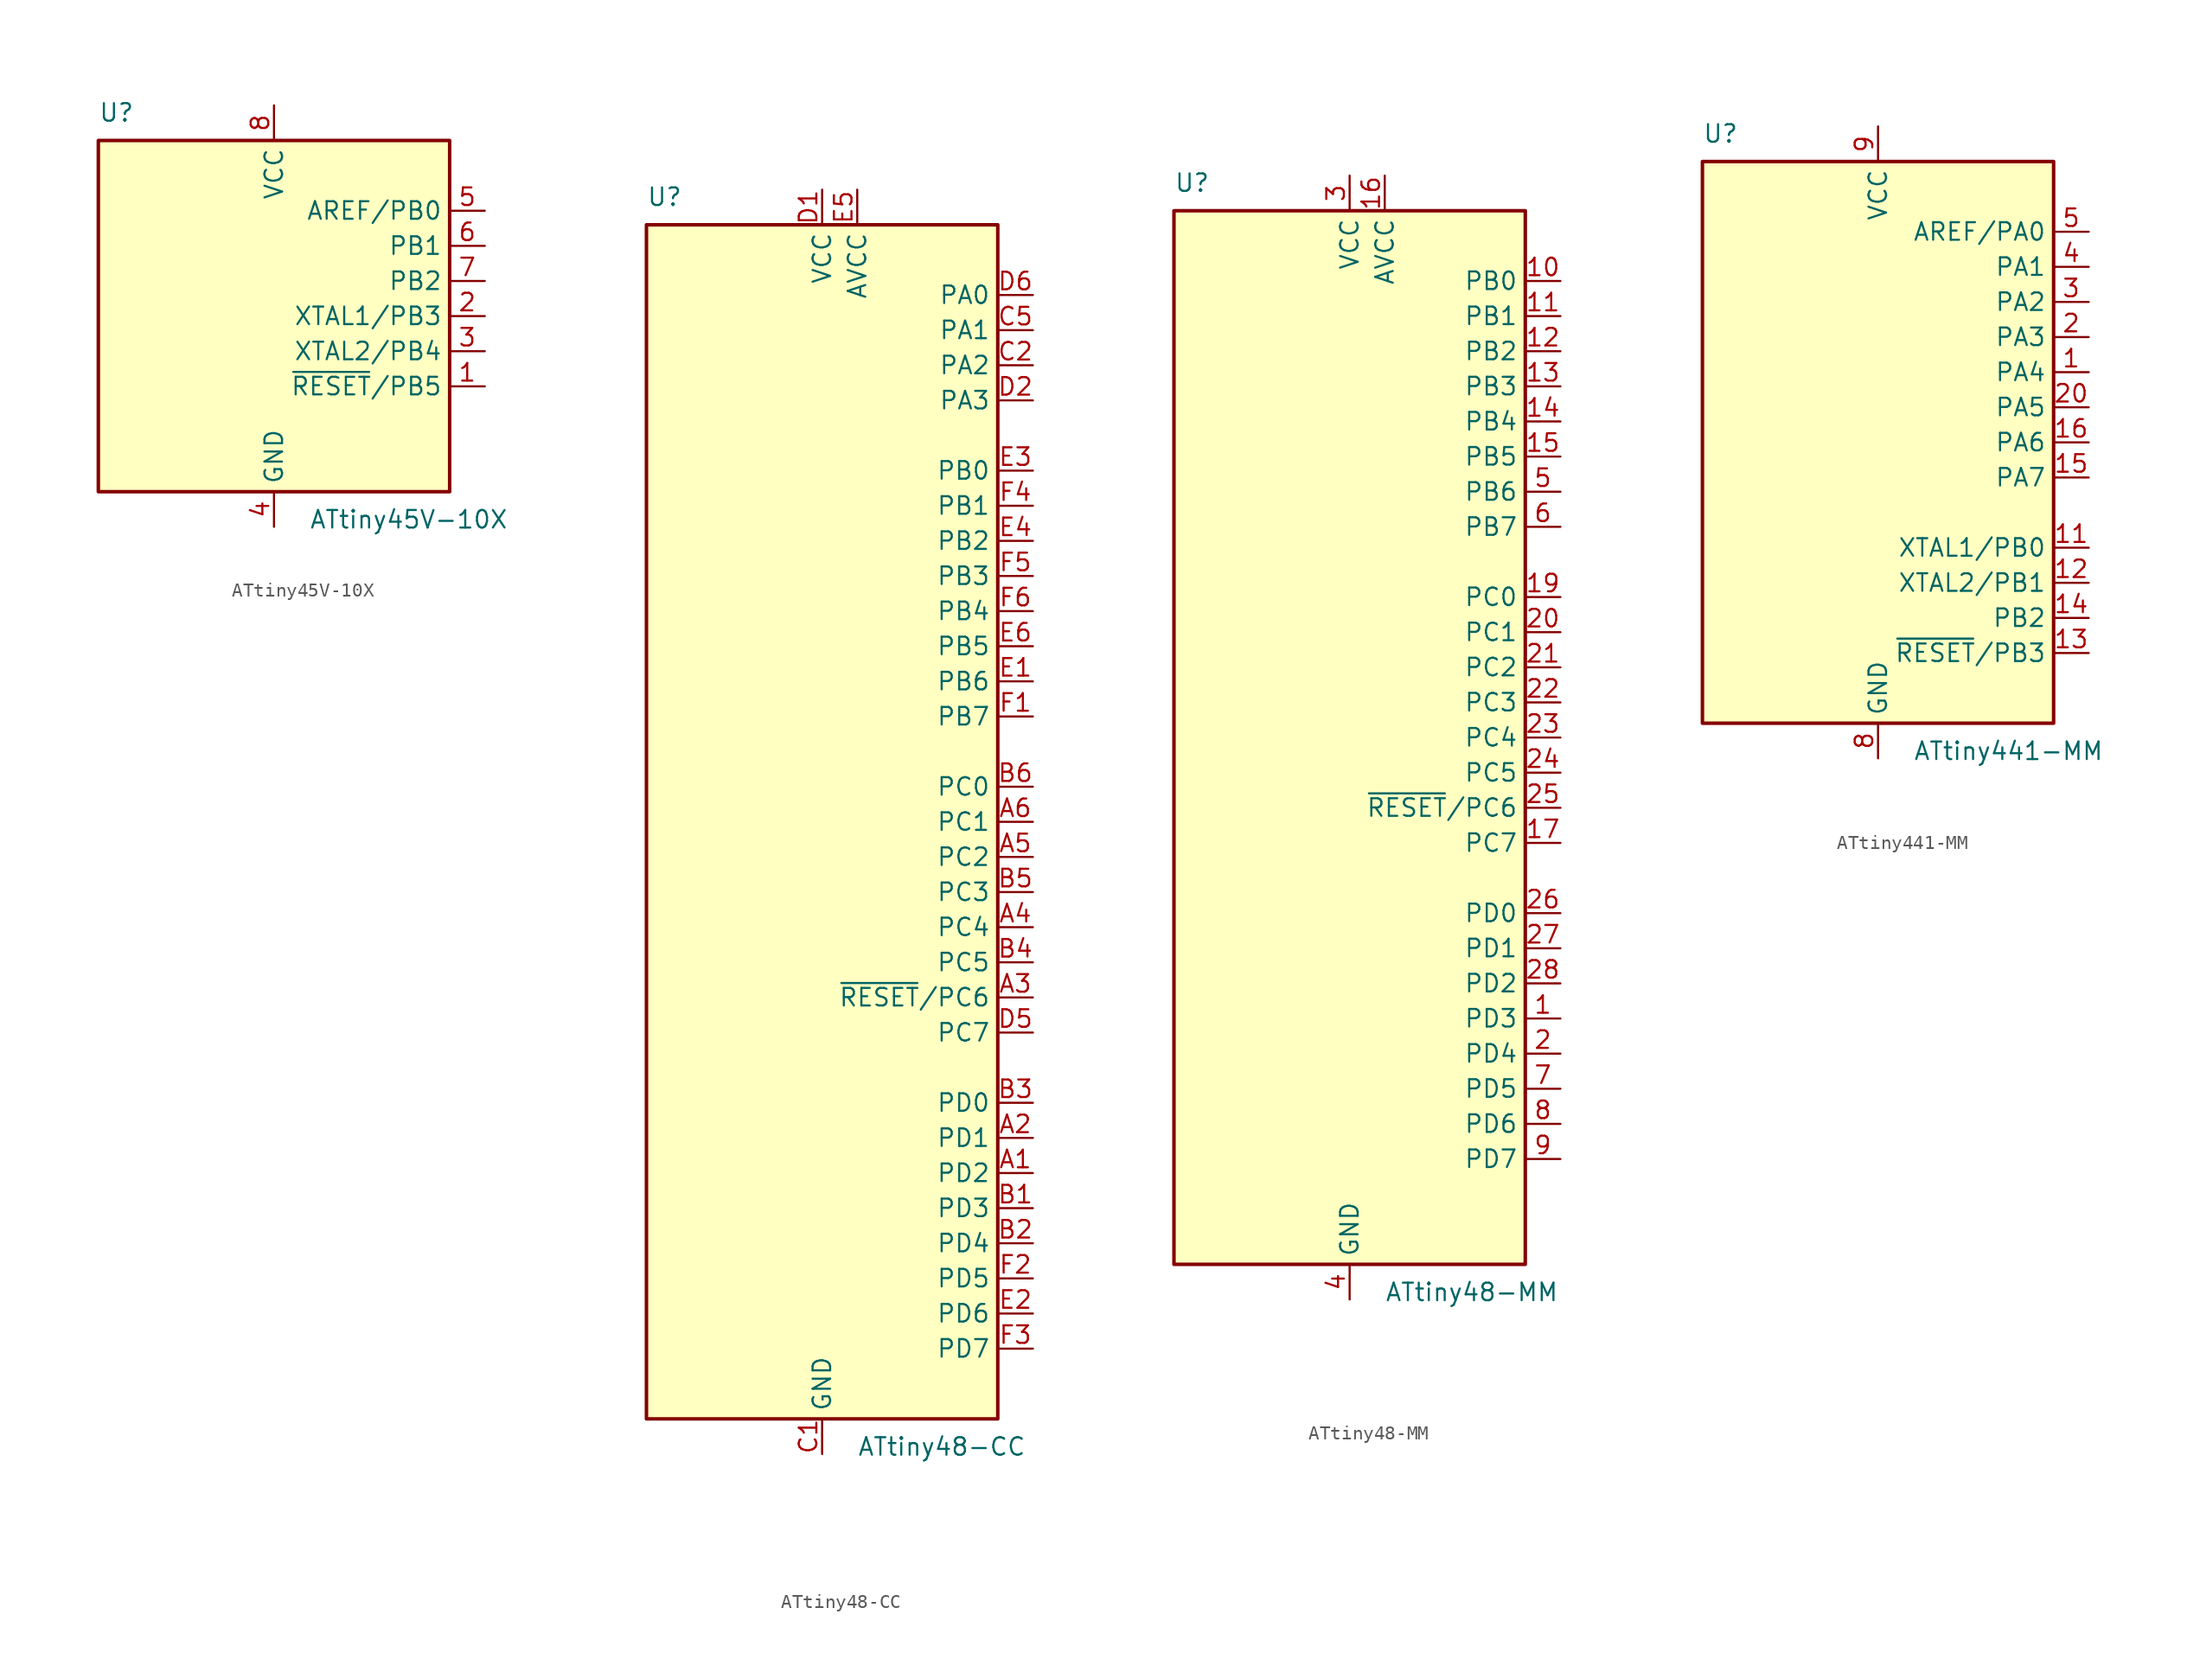
<source format=kicad_sym>
(kicad_symbol_lib
  (version 20201005)
  (generator kicad_symbol_editor)
  (symbol "ATtiny45V-10X"
    (property "Reference" "U"
      (at -12.7 13.97 0)
      (effects (font (size 1.27 1.27)) (justify left bottom)))
    (property "Value" "ATtiny45V-10X"
      (at 2.54 -13.97 0)
      (effects (font (size 1.27 1.27)) (justify left top)))
    (symbol "ATtiny45V-10X_0_1"
      (rectangle (start -12.7 -12.7) (end 12.7 12.7) (stroke (width 0.254)) (fill (type background))))
    (symbol "ATtiny45V-10X_1_1"
      (pin bidirectional line (at 15.24 -5.08 180) (length 2.54) (name "~RESET~/PB5" (effects (font (size 1.27 1.27)))) (number "1" (effects (font (size 1.27 1.27)))))
      (pin bidirectional line (at 15.24 0 180) (length 2.54) (name "XTAL1/PB3" (effects (font (size 1.27 1.27)))) (number "2" (effects (font (size 1.27 1.27)))))
      (pin bidirectional line (at 15.24 -2.54 180) (length 2.54) (name "XTAL2/PB4" (effects (font (size 1.27 1.27)))) (number "3" (effects (font (size 1.27 1.27)))))
      (pin power_in line (at 0 -15.24 90) (length 2.54) (name "GND" (effects (font (size 1.27 1.27)))) (number "4" (effects (font (size 1.27 1.27)))))
      (pin bidirectional line (at 15.24 7.62 180) (length 2.54) (name "AREF/PB0" (effects (font (size 1.27 1.27)))) (number "5" (effects (font (size 1.27 1.27)))))
      (pin bidirectional line (at 15.24 5.08 180) (length 2.54) (name "PB1" (effects (font (size 1.27 1.27)))) (number "6" (effects (font (size 1.27 1.27)))))
      (pin bidirectional line (at 15.24 2.54 180) (length 2.54) (name "PB2" (effects (font (size 1.27 1.27)))) (number "7" (effects (font (size 1.27 1.27)))))
      (pin power_in line (at 0 15.24 270) (length 2.54) (name "VCC" (effects (font (size 1.27 1.27)))) (number "8" (effects (font (size 1.27 1.27)))))))
  (symbol "ATtiny48-CC"
    (property "Reference" "U"
      (at -12.7 44.45 0)
      (effects (font (size 1.27 1.27)) (justify left bottom)))
    (property "Value" "ATtiny48-CC"
      (at 2.54 -44.45 0)
      (effects (font (size 1.27 1.27)) (justify left top)))
    (symbol "ATtiny48-CC_0_1"
      (rectangle (start -12.7 -43.18) (end 12.7 43.18) (stroke (width 0.254)) (fill (type background))))
    (symbol "ATtiny48-CC_1_1"
      (pin bidirectional line (at 15.24 -25.4 180) (length 2.54) (name "PD2" (effects (font (size 1.27 1.27)))) (number "A1" (effects (font (size 1.27 1.27)))))
      (pin bidirectional line (at 15.24 -22.86 180) (length 2.54) (name "PD1" (effects (font (size 1.27 1.27)))) (number "A2" (effects (font (size 1.27 1.27)))))
      (pin bidirectional line (at 15.24 -12.7 180) (length 2.54) (name "~RESET~/PC6" (effects (font (size 1.27 1.27)))) (number "A3" (effects (font (size 1.27 1.27)))))
      (pin bidirectional line (at 15.24 -7.62 180) (length 2.54) (name "PC4" (effects (font (size 1.27 1.27)))) (number "A4" (effects (font (size 1.27 1.27)))))
      (pin bidirectional line (at 15.24 -2.54 180) (length 2.54) (name "PC2" (effects (font (size 1.27 1.27)))) (number "A5" (effects (font (size 1.27 1.27)))))
      (pin bidirectional line (at 15.24 0 180) (length 2.54) (name "PC1" (effects (font (size 1.27 1.27)))) (number "A6" (effects (font (size 1.27 1.27)))))
      (pin bidirectional line (at 15.24 -27.94 180) (length 2.54) (name "PD3" (effects (font (size 1.27 1.27)))) (number "B1" (effects (font (size 1.27 1.27)))))
      (pin bidirectional line (at 15.24 -30.48 180) (length 2.54) (name "PD4" (effects (font (size 1.27 1.27)))) (number "B2" (effects (font (size 1.27 1.27)))))
      (pin bidirectional line (at 15.24 -20.32 180) (length 2.54) (name "PD0" (effects (font (size 1.27 1.27)))) (number "B3" (effects (font (size 1.27 1.27)))))
      (pin bidirectional line (at 15.24 -10.16 180) (length 2.54) (name "PC5" (effects (font (size 1.27 1.27)))) (number "B4" (effects (font (size 1.27 1.27)))))
      (pin bidirectional line (at 15.24 -5.08 180) (length 2.54) (name "PC3" (effects (font (size 1.27 1.27)))) (number "B5" (effects (font (size 1.27 1.27)))))
      (pin bidirectional line (at 15.24 2.54 180) (length 2.54) (name "PC0" (effects (font (size 1.27 1.27)))) (number "B6" (effects (font (size 1.27 1.27)))))
      (pin power_in line (at 0 -45.72 90) (length 2.54) (name "GND" (effects (font (size 1.27 1.27)))) (number "C1" (effects (font (size 1.27 1.27)))))
      (pin bidirectional line (at 15.24 33.02 180) (length 2.54) (name "PA2" (effects (font (size 1.27 1.27)))) (number "C2" (effects (font (size 1.27 1.27)))))
      (pin bidirectional line (at 15.24 35.56 180) (length 2.54) (name "PA1" (effects (font (size 1.27 1.27)))) (number "C5" (effects (font (size 1.27 1.27)))))
      (pin passive line (at 0 -45.72 90) (length 2.54) hide (name "GND" (effects (font (size 1.27 1.27)))) (number "C6" (effects (font (size 1.27 1.27)))))
      (pin power_in line (at 0 45.72 270) (length 2.54) (name "VCC" (effects (font (size 1.27 1.27)))) (number "D1" (effects (font (size 1.27 1.27)))))
      (pin bidirectional line (at 15.24 30.48 180) (length 2.54) (name "PA3" (effects (font (size 1.27 1.27)))) (number "D2" (effects (font (size 1.27 1.27)))))
      (pin bidirectional line (at 15.24 -15.24 180) (length 2.54) (name "PC7" (effects (font (size 1.27 1.27)))) (number "D5" (effects (font (size 1.27 1.27)))))
      (pin bidirectional line (at 15.24 38.1 180) (length 2.54) (name "PA0" (effects (font (size 1.27 1.27)))) (number "D6" (effects (font (size 1.27 1.27)))))
      (pin bidirectional line (at 15.24 10.16 180) (length 2.54) (name "PB6" (effects (font (size 1.27 1.27)))) (number "E1" (effects (font (size 1.27 1.27)))))
      (pin bidirectional line (at 15.24 -35.56 180) (length 2.54) (name "PD6" (effects (font (size 1.27 1.27)))) (number "E2" (effects (font (size 1.27 1.27)))))
      (pin bidirectional line (at 15.24 25.4 180) (length 2.54) (name "PB0" (effects (font (size 1.27 1.27)))) (number "E3" (effects (font (size 1.27 1.27)))))
      (pin bidirectional line (at 15.24 20.32 180) (length 2.54) (name "PB2" (effects (font (size 1.27 1.27)))) (number "E4" (effects (font (size 1.27 1.27)))))
      (pin power_in line (at 2.54 45.72 270) (length 2.54) (name "AVCC" (effects (font (size 1.27 1.27)))) (number "E5" (effects (font (size 1.27 1.27)))))
      (pin bidirectional line (at 15.24 12.7 180) (length 2.54) (name "PB5" (effects (font (size 1.27 1.27)))) (number "E6" (effects (font (size 1.27 1.27)))))
      (pin bidirectional line (at 15.24 7.62 180) (length 2.54) (name "PB7" (effects (font (size 1.27 1.27)))) (number "F1" (effects (font (size 1.27 1.27)))))
      (pin bidirectional line (at 15.24 -33.02 180) (length 2.54) (name "PD5" (effects (font (size 1.27 1.27)))) (number "F2" (effects (font (size 1.27 1.27)))))
      (pin bidirectional line (at 15.24 -38.1 180) (length 2.54) (name "PD7" (effects (font (size 1.27 1.27)))) (number "F3" (effects (font (size 1.27 1.27)))))
      (pin bidirectional line (at 15.24 22.86 180) (length 2.54) (name "PB1" (effects (font (size 1.27 1.27)))) (number "F4" (effects (font (size 1.27 1.27)))))
      (pin bidirectional line (at 15.24 17.78 180) (length 2.54) (name "PB3" (effects (font (size 1.27 1.27)))) (number "F5" (effects (font (size 1.27 1.27)))))
      (pin bidirectional line (at 15.24 15.24 180) (length 2.54) (name "PB4" (effects (font (size 1.27 1.27)))) (number "F6" (effects (font (size 1.27 1.27)))))))
  (symbol "ATtiny48-MM"
    (property "Reference" "U"
      (at -12.7 39.37 0)
      (effects (font (size 1.27 1.27)) (justify left bottom)))
    (property "Value" "ATtiny48-MM"
      (at 2.54 -39.37 0)
      (effects (font (size 1.27 1.27)) (justify left top)))
    (symbol "ATtiny48-MM_0_1"
      (rectangle (start -12.7 -38.1) (end 12.7 38.1) (stroke (width 0.254)) (fill (type background))))
    (symbol "ATtiny48-MM_1_1"
      (pin bidirectional line (at 15.24 -20.32 180) (length 2.54) (name "PD3" (effects (font (size 1.27 1.27)))) (number "1" (effects (font (size 1.27 1.27)))))
      (pin bidirectional line (at 15.24 33.02 180) (length 2.54) (name "PB0" (effects (font (size 1.27 1.27)))) (number "10" (effects (font (size 1.27 1.27)))))
      (pin bidirectional line (at 15.24 30.48 180) (length 2.54) (name "PB1" (effects (font (size 1.27 1.27)))) (number "11" (effects (font (size 1.27 1.27)))))
      (pin bidirectional line (at 15.24 27.94 180) (length 2.54) (name "PB2" (effects (font (size 1.27 1.27)))) (number "12" (effects (font (size 1.27 1.27)))))
      (pin bidirectional line (at 15.24 25.4 180) (length 2.54) (name "PB3" (effects (font (size 1.27 1.27)))) (number "13" (effects (font (size 1.27 1.27)))))
      (pin bidirectional line (at 15.24 22.86 180) (length 2.54) (name "PB4" (effects (font (size 1.27 1.27)))) (number "14" (effects (font (size 1.27 1.27)))))
      (pin bidirectional line (at 15.24 20.32 180) (length 2.54) (name "PB5" (effects (font (size 1.27 1.27)))) (number "15" (effects (font (size 1.27 1.27)))))
      (pin power_in line (at 2.54 40.64 270) (length 2.54) (name "AVCC" (effects (font (size 1.27 1.27)))) (number "16" (effects (font (size 1.27 1.27)))))
      (pin bidirectional line (at 15.24 -7.62 180) (length 2.54) (name "PC7" (effects (font (size 1.27 1.27)))) (number "17" (effects (font (size 1.27 1.27)))))
      (pin passive line (at 0 -40.64 90) (length 2.54) hide (name "GND" (effects (font (size 1.27 1.27)))) (number "18" (effects (font (size 1.27 1.27)))))
      (pin bidirectional line (at 15.24 10.16 180) (length 2.54) (name "PC0" (effects (font (size 1.27 1.27)))) (number "19" (effects (font (size 1.27 1.27)))))
      (pin bidirectional line (at 15.24 -22.86 180) (length 2.54) (name "PD4" (effects (font (size 1.27 1.27)))) (number "2" (effects (font (size 1.27 1.27)))))
      (pin bidirectional line (at 15.24 7.62 180) (length 2.54) (name "PC1" (effects (font (size 1.27 1.27)))) (number "20" (effects (font (size 1.27 1.27)))))
      (pin bidirectional line (at 15.24 5.08 180) (length 2.54) (name "PC2" (effects (font (size 1.27 1.27)))) (number "21" (effects (font (size 1.27 1.27)))))
      (pin bidirectional line (at 15.24 2.54 180) (length 2.54) (name "PC3" (effects (font (size 1.27 1.27)))) (number "22" (effects (font (size 1.27 1.27)))))
      (pin bidirectional line (at 15.24 0 180) (length 2.54) (name "PC4" (effects (font (size 1.27 1.27)))) (number "23" (effects (font (size 1.27 1.27)))))
      (pin bidirectional line (at 15.24 -2.54 180) (length 2.54) (name "PC5" (effects (font (size 1.27 1.27)))) (number "24" (effects (font (size 1.27 1.27)))))
      (pin bidirectional line (at 15.24 -5.08 180) (length 2.54) (name "~RESET~/PC6" (effects (font (size 1.27 1.27)))) (number "25" (effects (font (size 1.27 1.27)))))
      (pin bidirectional line (at 15.24 -12.7 180) (length 2.54) (name "PD0" (effects (font (size 1.27 1.27)))) (number "26" (effects (font (size 1.27 1.27)))))
      (pin bidirectional line (at 15.24 -15.24 180) (length 2.54) (name "PD1" (effects (font (size 1.27 1.27)))) (number "27" (effects (font (size 1.27 1.27)))))
      (pin bidirectional line (at 15.24 -17.78 180) (length 2.54) (name "PD2" (effects (font (size 1.27 1.27)))) (number "28" (effects (font (size 1.27 1.27)))))
      (pin passive line (at 0 -40.64 90) (length 2.54) hide (name "GND" (effects (font (size 1.27 1.27)))) (number "29" (effects (font (size 1.27 1.27)))))
      (pin power_in line (at 0 40.64 270) (length 2.54) (name "VCC" (effects (font (size 1.27 1.27)))) (number "3" (effects (font (size 1.27 1.27)))))
      (pin power_in line (at 0 -40.64 90) (length 2.54) (name "GND" (effects (font (size 1.27 1.27)))) (number "4" (effects (font (size 1.27 1.27)))))
      (pin bidirectional line (at 15.24 17.78 180) (length 2.54) (name "PB6" (effects (font (size 1.27 1.27)))) (number "5" (effects (font (size 1.27 1.27)))))
      (pin bidirectional line (at 15.24 15.24 180) (length 2.54) (name "PB7" (effects (font (size 1.27 1.27)))) (number "6" (effects (font (size 1.27 1.27)))))
      (pin bidirectional line (at 15.24 -25.4 180) (length 2.54) (name "PD5" (effects (font (size 1.27 1.27)))) (number "7" (effects (font (size 1.27 1.27)))))
      (pin bidirectional line (at 15.24 -27.94 180) (length 2.54) (name "PD6" (effects (font (size 1.27 1.27)))) (number "8" (effects (font (size 1.27 1.27)))))
      (pin bidirectional line (at 15.24 -30.48 180) (length 2.54) (name "PD7" (effects (font (size 1.27 1.27)))) (number "9" (effects (font (size 1.27 1.27)))))))
  (symbol "ATtiny441-MM"
    (property "Reference" "U"
      (at -12.7 21.59 0)
      (effects (font (size 1.27 1.27)) (justify left bottom)))
    (property "Value" "ATtiny441-MM"
      (at 2.54 -21.59 0)
      (effects (font (size 1.27 1.27)) (justify left top)))
    (symbol "ATtiny441-MM_0_1"
      (rectangle (start -12.7 -20.32) (end 12.7 20.32) (stroke (width 0.254)) (fill (type background))))
    (symbol "ATtiny441-MM_1_1"
      (pin bidirectional line (at 15.24 5.08 180) (length 2.54) (name "PA4" (effects (font (size 1.27 1.27)))) (number "1" (effects (font (size 1.27 1.27)))))
      (pin no_connect line (at -12.7 -10.16 0) (length 2.54) hide (name "NC" (effects (font (size 1.27 1.27)))) (number "10" (effects (font (size 1.27 1.27)))))
      (pin bidirectional line (at 15.24 -7.62 180) (length 2.54) (name "XTAL1/PB0" (effects (font (size 1.27 1.27)))) (number "11" (effects (font (size 1.27 1.27)))))
      (pin bidirectional line (at 15.24 -10.16 180) (length 2.54) (name "XTAL2/PB1" (effects (font (size 1.27 1.27)))) (number "12" (effects (font (size 1.27 1.27)))))
      (pin bidirectional line (at 15.24 -15.24 180) (length 2.54) (name "~RESET~/PB3" (effects (font (size 1.27 1.27)))) (number "13" (effects (font (size 1.27 1.27)))))
      (pin bidirectional line (at 15.24 -12.7 180) (length 2.54) (name "PB2" (effects (font (size 1.27 1.27)))) (number "14" (effects (font (size 1.27 1.27)))))
      (pin bidirectional line (at 15.24 -2.54 180) (length 2.54) (name "PA7" (effects (font (size 1.27 1.27)))) (number "15" (effects (font (size 1.27 1.27)))))
      (pin bidirectional line (at 15.24 0 180) (length 2.54) (name "PA6" (effects (font (size 1.27 1.27)))) (number "16" (effects (font (size 1.27 1.27)))))
      (pin no_connect line (at -12.7 -12.7 0) (length 2.54) hide (name "NC" (effects (font (size 1.27 1.27)))) (number "17" (effects (font (size 1.27 1.27)))))
      (pin no_connect line (at -12.7 -15.24 0) (length 2.54) hide (name "NC" (effects (font (size 1.27 1.27)))) (number "18" (effects (font (size 1.27 1.27)))))
      (pin no_connect line (at -12.7 -17.78 0) (length 2.54) hide (name "NC" (effects (font (size 1.27 1.27)))) (number "19" (effects (font (size 1.27 1.27)))))
      (pin bidirectional line (at 15.24 7.62 180) (length 2.54) (name "PA3" (effects (font (size 1.27 1.27)))) (number "2" (effects (font (size 1.27 1.27)))))
      (pin bidirectional line (at 15.24 2.54 180) (length 2.54) (name "PA5" (effects (font (size 1.27 1.27)))) (number "20" (effects (font (size 1.27 1.27)))))
      (pin passive line (at 0 -22.86 90) (length 2.54) hide (name "GND" (effects (font (size 1.27 1.27)))) (number "21" (effects (font (size 1.27 1.27)))))
      (pin bidirectional line (at 15.24 10.16 180) (length 2.54) (name "PA2" (effects (font (size 1.27 1.27)))) (number "3" (effects (font (size 1.27 1.27)))))
      (pin bidirectional line (at 15.24 12.7 180) (length 2.54) (name "PA1" (effects (font (size 1.27 1.27)))) (number "4" (effects (font (size 1.27 1.27)))))
      (pin bidirectional line (at 15.24 15.24 180) (length 2.54) (name "AREF/PA0" (effects (font (size 1.27 1.27)))) (number "5" (effects (font (size 1.27 1.27)))))
      (pin no_connect line (at -12.7 -5.08 0) (length 2.54) hide (name "NC" (effects (font (size 1.27 1.27)))) (number "6" (effects (font (size 1.27 1.27)))))
      (pin no_connect line (at -12.7 -7.62 0) (length 2.54) hide (name "NC" (effects (font (size 1.27 1.27)))) (number "7" (effects (font (size 1.27 1.27)))))
      (pin power_in line (at 0 -22.86 90) (length 2.54) (name "GND" (effects (font (size 1.27 1.27)))) (number "8" (effects (font (size 1.27 1.27)))))
      (pin power_in line (at 0 22.86 270) (length 2.54) (name "VCC" (effects (font (size 1.27 1.27)))) (number "9" (effects (font (size 1.27 1.27))))))))
</source>
